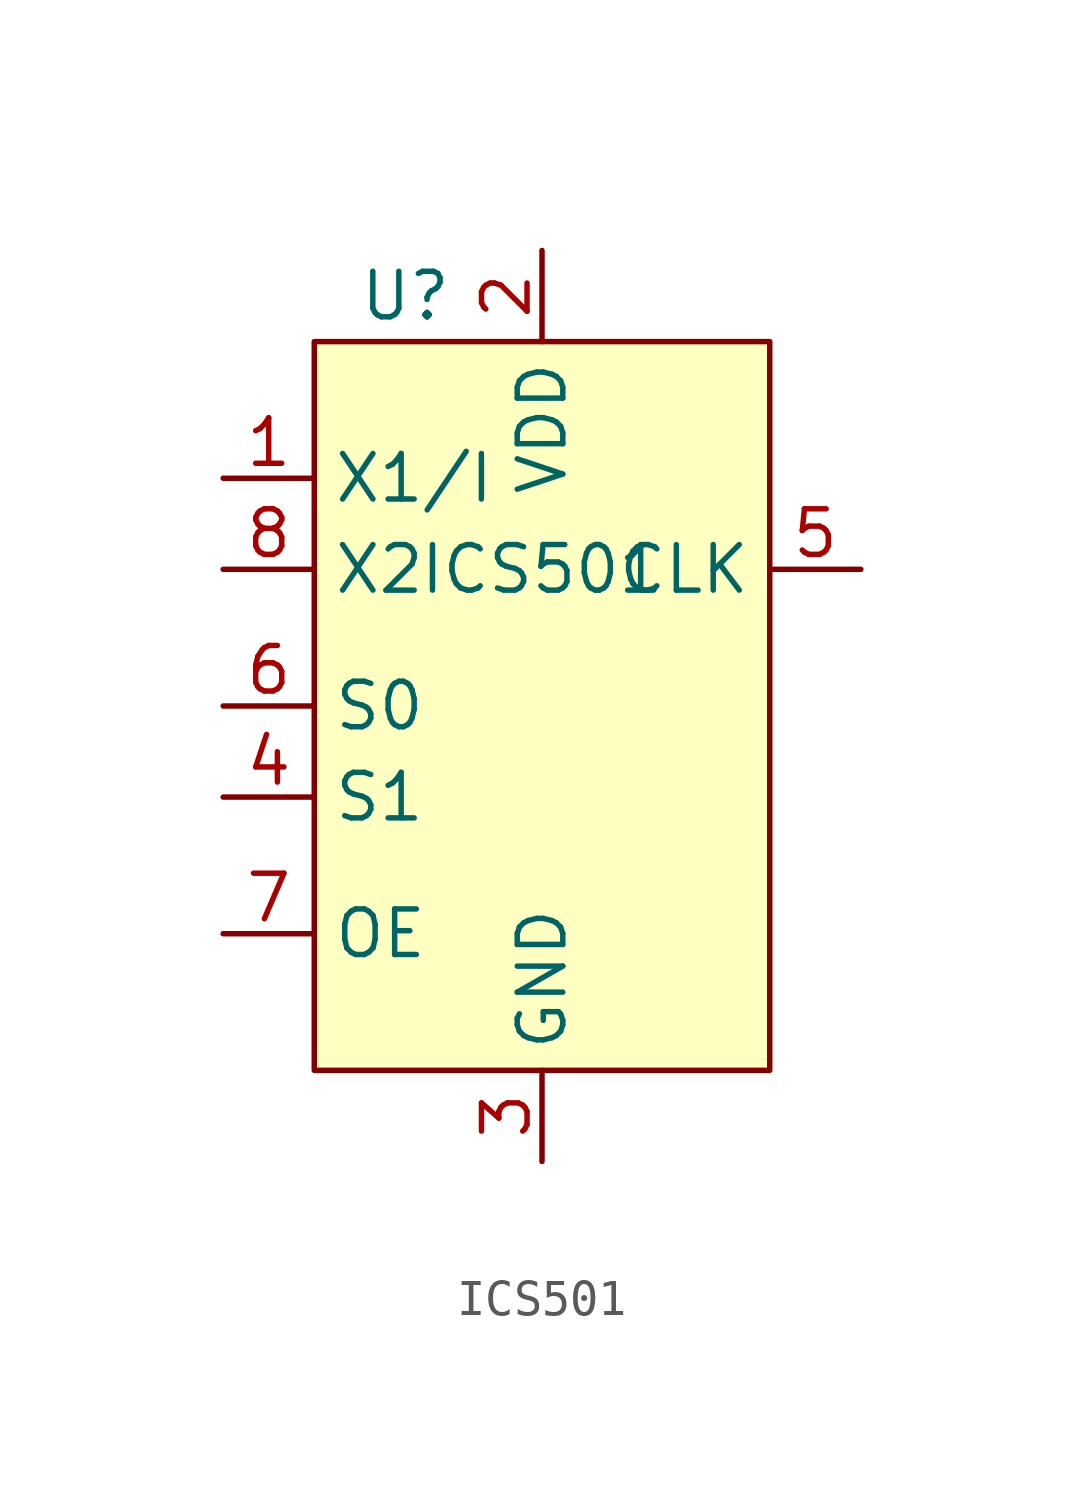
<source format=kicad_sym>
(kicad_symbol_lib
  (version 20241209)
  (generator "kicad_symbol_editor")
  (generator_version "9.0")
  (symbol "ICS501"
    (property "Reference" "U"
      (at -3.81 7.62 0)
      (effects (font (size 1.27 1.27))))
    (property "Value" "ICS501"
      (at 0 0 0)
      (effects (font (size 1.27 1.27))))
    (symbol "ICS501_1_1"
      (rectangle (start -6.35 6.35) (end 6.35 -13.97) (stroke (width 0) (type solid)) (fill (type background)))
      (pin input line (at -8.89 2.54 0) (length 2.54) (name "X1/I" (effects (font (size 1.27 1.27)))) (number "1" (effects (font (size 1.27 1.27)))))
      (pin output line (at -8.89 0 0) (length 2.54) (name "X2" (effects (font (size 1.27 1.27)))) (number "8" (effects (font (size 1.27 1.27)))))
      (pin input line (at -8.89 -3.81 0) (length 2.54) (name "S0" (effects (font (size 1.27 1.27)))) (number "6" (effects (font (size 1.27 1.27)))))
      (pin input line (at -8.89 -6.35 0) (length 2.54) (name "S1" (effects (font (size 1.27 1.27)))) (number "4" (effects (font (size 1.27 1.27)))))
      (pin input line (at -8.89 -10.16 0) (length 2.54) (name "OE" (effects (font (size 1.27 1.27)))) (number "7" (effects (font (size 1.27 1.27)))))
      (pin power_in line (at 0 8.89 270) (length 2.54) (name "VDD" (effects (font (size 1.27 1.27)))) (number "2" (effects (font (size 1.27 1.27)))))
      (pin power_in line (at 0 -16.51 90) (length 2.54) (name "GND" (effects (font (size 1.27 1.27)))) (number "3" (effects (font (size 1.27 1.27)))))
      (pin output line (at 8.89 0 180) (length 2.54) (name "CLK" (effects (font (size 1.27 1.27)))) (number "5" (effects (font (size 1.27 1.27))))))))
</source>
